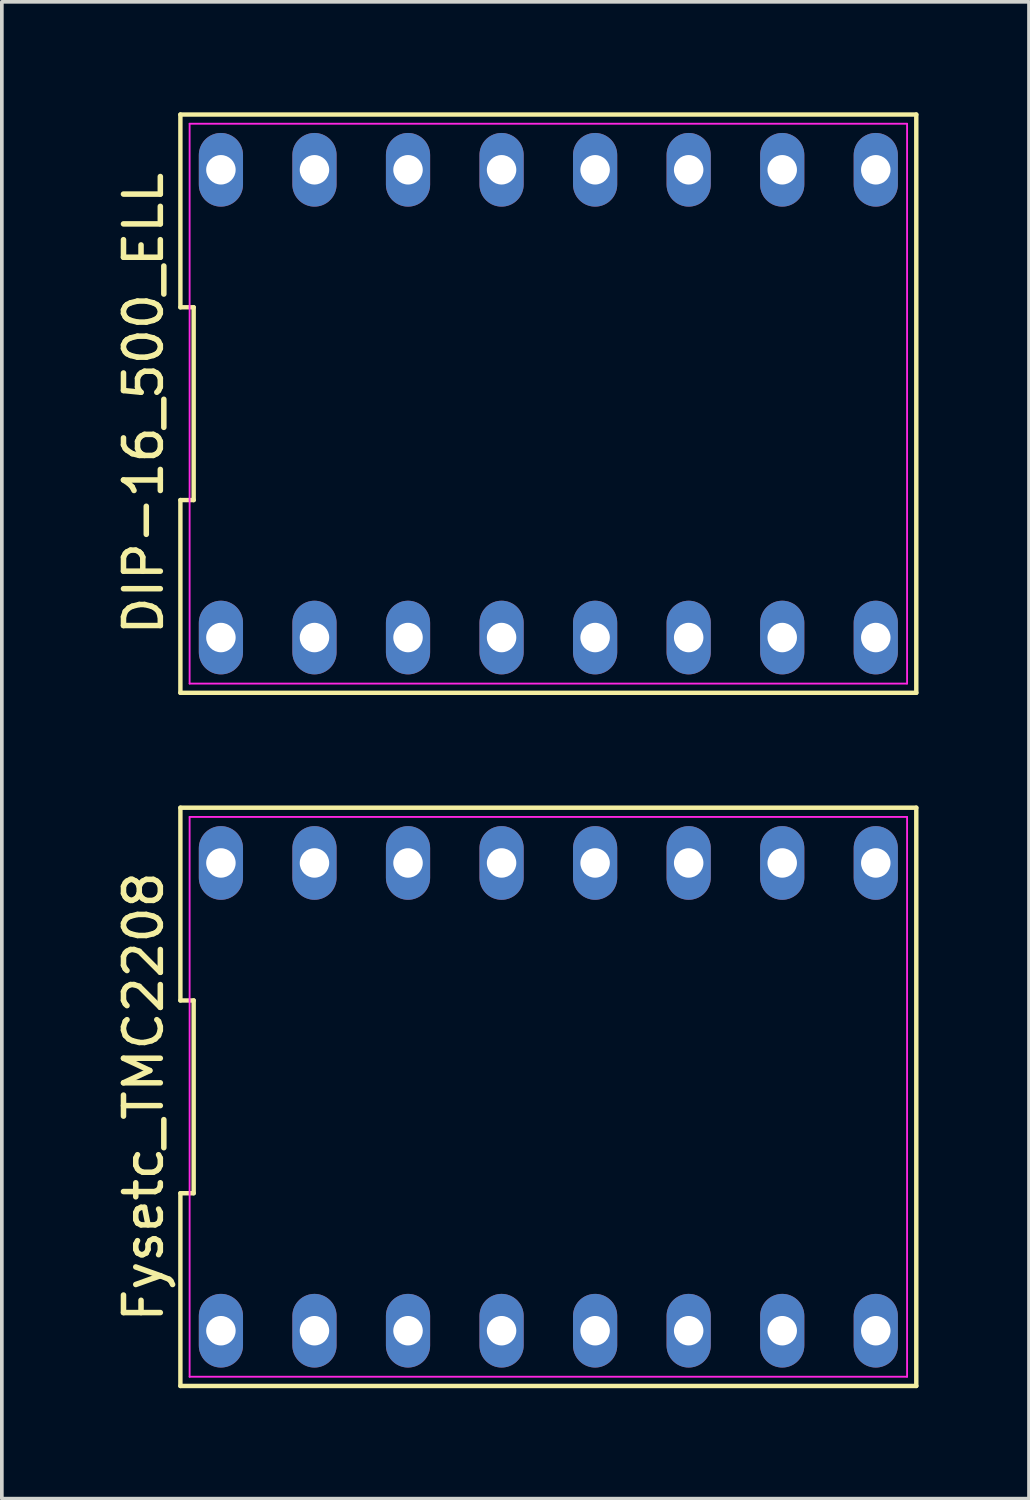
<source format=kicad_pcb>
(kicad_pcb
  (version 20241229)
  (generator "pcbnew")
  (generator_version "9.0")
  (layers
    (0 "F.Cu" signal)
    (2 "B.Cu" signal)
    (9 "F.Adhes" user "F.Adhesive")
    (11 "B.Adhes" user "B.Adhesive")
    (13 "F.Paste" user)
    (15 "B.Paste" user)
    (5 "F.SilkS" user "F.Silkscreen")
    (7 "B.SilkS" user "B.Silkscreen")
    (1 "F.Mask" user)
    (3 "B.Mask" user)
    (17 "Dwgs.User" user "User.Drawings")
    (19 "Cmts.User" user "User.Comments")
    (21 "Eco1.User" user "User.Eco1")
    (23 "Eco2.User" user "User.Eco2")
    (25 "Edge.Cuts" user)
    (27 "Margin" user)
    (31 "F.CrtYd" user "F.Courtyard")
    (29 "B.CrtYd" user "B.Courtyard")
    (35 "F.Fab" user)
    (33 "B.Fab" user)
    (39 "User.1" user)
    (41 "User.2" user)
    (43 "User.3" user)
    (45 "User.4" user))
  (footprint "Fysetc_TMC2208"
    (layer "F.Cu")
    (at 11.838 26.73)
    (property "Reference" "Fysetc_TMC2208" (at -10.99 0 90) (layer "F.SilkS") (effects (font (size 1 1) (thickness 0.15))))
    (attr through_hole)
    (fp_line (start -9.99 -7.85) (end -9.99 -2.617) (stroke (width 0.12) (type solid)) (layer "F.SilkS"))
    (fp_line (start -9.99 -2.617) (end -9.63 -2.617) (stroke (width 0.12) (type solid)) (layer "F.SilkS"))
    (fp_line (start -9.99 2.617) (end -9.99 7.85) (stroke (width 0.12) (type solid)) (layer "F.SilkS"))
    (fp_line (start -9.99 7.85) (end 9.99 7.85) (stroke (width 0.12) (type solid)) (layer "F.SilkS"))
    (fp_line (start -9.63 -2.617) (end -9.63 2.617) (stroke (width 0.12) (type solid)) (layer "F.SilkS"))
    (fp_line (start -9.63 2.617) (end -9.99 2.617) (stroke (width 0.12) (type solid)) (layer "F.SilkS"))
    (fp_line (start 9.99 -7.85) (end -9.99 -7.85) (stroke (width 0.12) (type solid)) (layer "F.SilkS"))
    (fp_line (start 9.99 7.85) (end 9.99 -7.85) (stroke (width 0.12) (type solid)) (layer "F.SilkS"))
    (fp_line (start -9.74 -7.6) (end 9.74 -7.6) (stroke (width 0.05) (type solid)) (layer "F.CrtYd"))
    (fp_line (start -9.74 7.6) (end -9.74 -7.6) (stroke (width 0.05) (type solid)) (layer "F.CrtYd"))
    (fp_line (start 9.74 -7.6) (end 9.74 7.6) (stroke (width 0.05) (type solid)) (layer "F.CrtYd"))
    (fp_line (start 9.74 7.6) (end -9.74 7.6) (stroke (width 0.05) (type solid)) (layer "F.CrtYd"))
    (pad "1" thru_hole oval (at -8.89 6.35) (size 1.2 2) (drill 0.8) (layers "*.Cu" "*.Mask"))
    (pad "2" thru_hole oval (at -6.35 6.35) (size 1.2 2) (drill 0.8) (layers "*.Cu" "*.Mask"))
    (pad "3" thru_hole oval (at -3.81 6.35) (size 1.2 2) (drill 0.8) (layers "*.Cu" "*.Mask"))
    (pad "4" thru_hole oval (at -1.27 6.35) (size 1.2 2) (drill 0.8) (layers "*.Cu" "*.Mask"))
    (pad "5" thru_hole oval (at 1.27 6.35) (size 1.2 2) (drill 0.8) (layers "*.Cu" "*.Mask"))
    (pad "6" thru_hole oval (at 3.81 6.35) (size 1.2 2) (drill 0.8) (layers "*.Cu" "*.Mask"))
    (pad "7" thru_hole oval (at 6.35 6.35) (size 1.2 2) (drill 0.8) (layers "*.Cu" "*.Mask"))
    (pad "8" thru_hole oval (at 8.89 6.35) (size 1.2 2) (drill 0.8) (layers "*.Cu" "*.Mask"))
    (pad "9" thru_hole oval (at 8.89 -6.35) (size 1.2 2) (drill 0.8) (layers "*.Cu" "*.Mask"))
    (pad "10" thru_hole oval (at 6.35 -6.35) (size 1.2 2) (drill 0.8) (layers "*.Cu" "*.Mask"))
    (pad "11" thru_hole oval (at 3.81 -6.35) (size 1.2 2) (drill 0.8) (layers "*.Cu" "*.Mask"))
    (pad "12" thru_hole oval (at 1.27 -6.35) (size 1.2 2) (drill 0.8) (layers "*.Cu" "*.Mask"))
    (pad "13" thru_hole oval (at -1.27 -6.35) (size 1.2 2) (drill 0.8) (layers "*.Cu" "*.Mask"))
    (pad "14" thru_hole oval (at -3.81 -6.35) (size 1.2 2) (drill 0.8) (layers "*.Cu" "*.Mask"))
    (pad "15" thru_hole oval (at -6.35 -6.35) (size 1.2 2) (drill 0.8) (layers "*.Cu" "*.Mask"))
    (pad "16" thru_hole oval (at -8.89 -6.35) (size 1.2 2) (drill 0.8) (layers "*.Cu" "*.Mask")))
  (footprint "DIP-16_500_ELL"
    (layer "F.Cu")
    (at 11.838 7.91)
    (property "Reference" "DIP-16_500_ELL" (at -10.99 0 90) (layer "F.SilkS") (effects (font (size 1 1) (thickness 0.15))))
    (attr through_hole)
    (fp_line (start -9.99 -7.85) (end -9.99 -2.617) (stroke (width 0.12) (type solid)) (layer "F.SilkS"))
    (fp_line (start -9.99 -2.617) (end -9.63 -2.617) (stroke (width 0.12) (type solid)) (layer "F.SilkS"))
    (fp_line (start -9.99 2.617) (end -9.99 7.85) (stroke (width 0.12) (type solid)) (layer "F.SilkS"))
    (fp_line (start -9.99 7.85) (end 9.99 7.85) (stroke (width 0.12) (type solid)) (layer "F.SilkS"))
    (fp_line (start -9.63 -2.617) (end -9.63 2.617) (stroke (width 0.12) (type solid)) (layer "F.SilkS"))
    (fp_line (start -9.63 2.617) (end -9.99 2.617) (stroke (width 0.12) (type solid)) (layer "F.SilkS"))
    (fp_line (start 9.99 -7.85) (end -9.99 -7.85) (stroke (width 0.12) (type solid)) (layer "F.SilkS"))
    (fp_line (start 9.99 7.85) (end 9.99 -7.85) (stroke (width 0.12) (type solid)) (layer "F.SilkS"))
    (fp_line (start -9.74 -7.6) (end 9.74 -7.6) (stroke (width 0.05) (type solid)) (layer "F.CrtYd"))
    (fp_line (start -9.74 7.6) (end -9.74 -7.6) (stroke (width 0.05) (type solid)) (layer "F.CrtYd"))
    (fp_line (start 9.74 -7.6) (end 9.74 7.6) (stroke (width 0.05) (type solid)) (layer "F.CrtYd"))
    (fp_line (start 9.74 7.6) (end -9.74 7.6) (stroke (width 0.05) (type solid)) (layer "F.CrtYd"))
    (pad "1" thru_hole oval (at -8.89 6.35) (size 1.2 2) (drill 0.8) (layers "*.Cu" "*.Mask"))
    (pad "2" thru_hole oval (at -6.35 6.35) (size 1.2 2) (drill 0.8) (layers "*.Cu" "*.Mask"))
    (pad "3" thru_hole oval (at -3.81 6.35) (size 1.2 2) (drill 0.8) (layers "*.Cu" "*.Mask"))
    (pad "4" thru_hole oval (at -1.27 6.35) (size 1.2 2) (drill 0.8) (layers "*.Cu" "*.Mask"))
    (pad "5" thru_hole oval (at 1.27 6.35) (size 1.2 2) (drill 0.8) (layers "*.Cu" "*.Mask"))
    (pad "6" thru_hole oval (at 3.81 6.35) (size 1.2 2) (drill 0.8) (layers "*.Cu" "*.Mask"))
    (pad "7" thru_hole oval (at 6.35 6.35) (size 1.2 2) (drill 0.8) (layers "*.Cu" "*.Mask"))
    (pad "8" thru_hole oval (at 8.89 6.35) (size 1.2 2) (drill 0.8) (layers "*.Cu" "*.Mask"))
    (pad "9" thru_hole oval (at 8.89 -6.35) (size 1.2 2) (drill 0.8) (layers "*.Cu" "*.Mask"))
    (pad "10" thru_hole oval (at 6.35 -6.35) (size 1.2 2) (drill 0.8) (layers "*.Cu" "*.Mask"))
    (pad "11" thru_hole oval (at 3.81 -6.35) (size 1.2 2) (drill 0.8) (layers "*.Cu" "*.Mask"))
    (pad "12" thru_hole oval (at 1.27 -6.35) (size 1.2 2) (drill 0.8) (layers "*.Cu" "*.Mask"))
    (pad "13" thru_hole oval (at -1.27 -6.35) (size 1.2 2) (drill 0.8) (layers "*.Cu" "*.Mask"))
    (pad "14" thru_hole oval (at -3.81 -6.35) (size 1.2 2) (drill 0.8) (layers "*.Cu" "*.Mask"))
    (pad "15" thru_hole oval (at -6.35 -6.35) (size 1.2 2) (drill 0.8) (layers "*.Cu" "*.Mask"))
    (pad "16" thru_hole oval (at -8.89 -6.35) (size 1.2 2) (drill 0.8) (layers "*.Cu" "*.Mask")))
  (gr_rect
    (start -3 -3)
    (end 24.888 37.64)
    (stroke (width 0.1) (type default))
    (fill no)
    (layer "Edge.Cuts")))
</source>
